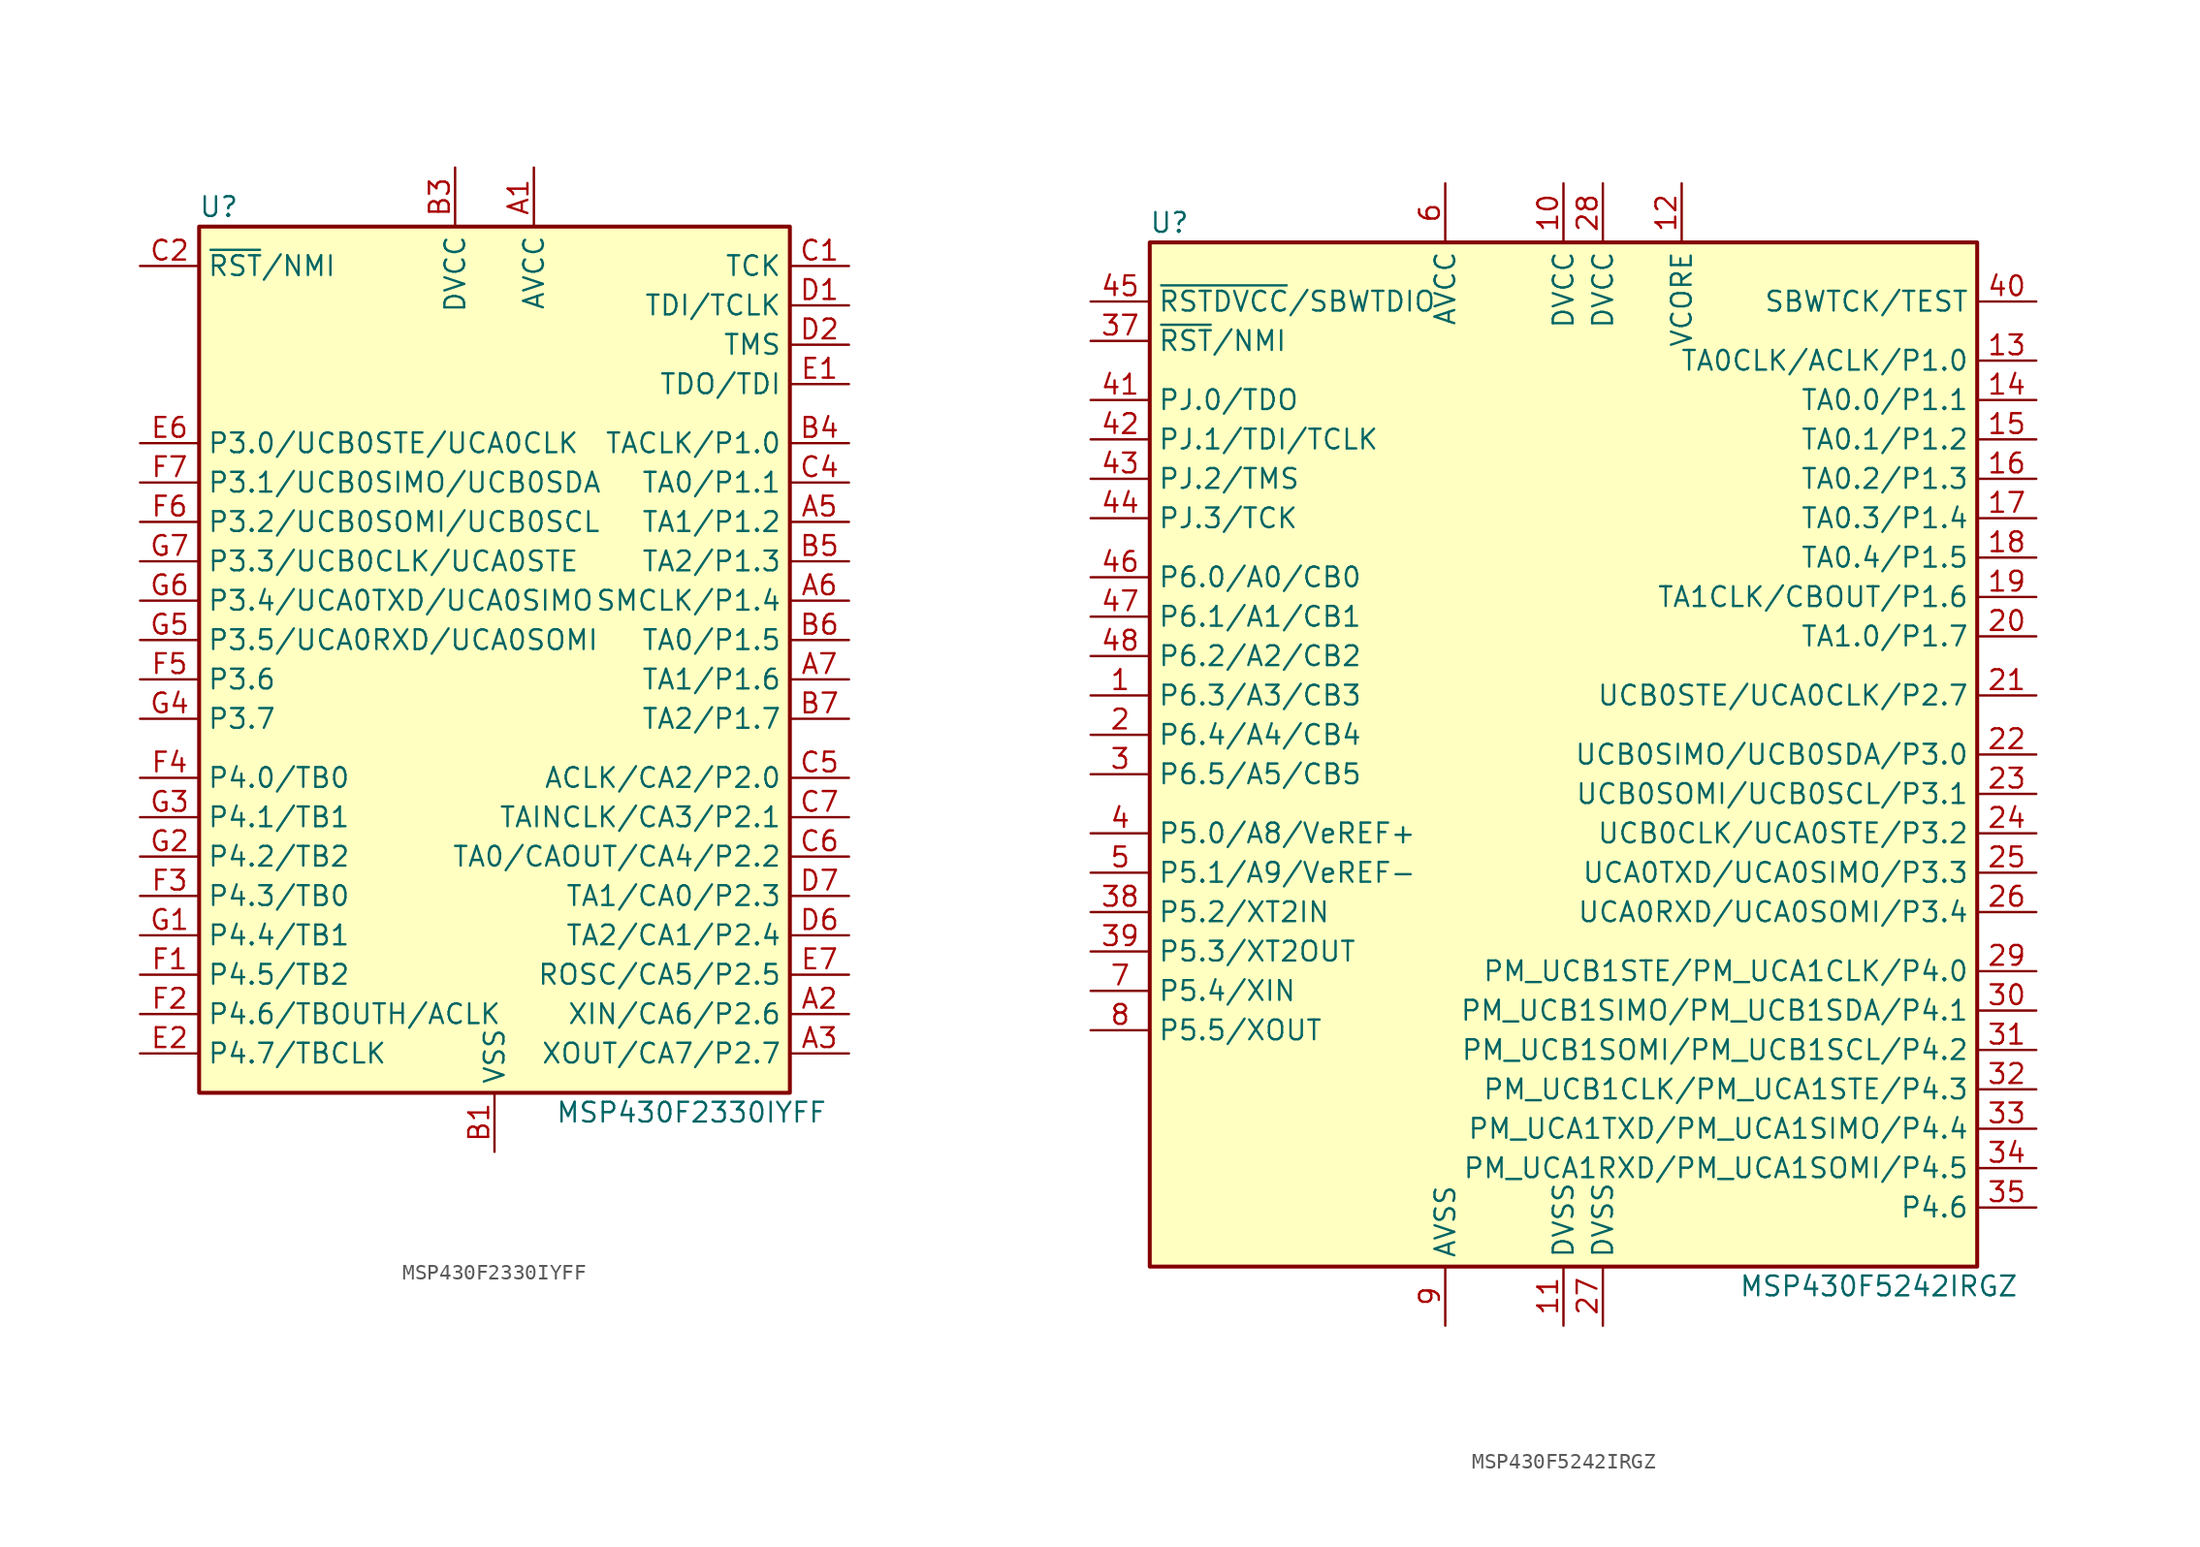
<source format=kicad_sym>
(kicad_symbol_lib
  (version 20201005)
  (generator kicad_symbol_editor)
  (symbol "MSP430F2330IYFF"
    (property "Reference" "U"
      (at -17.78 29.21 0)
      (effects (font (size 1.27 1.27))))
    (property "Value" "MSP430F2330IYFF"
      (at 12.7 -29.21 0)
      (effects (font (size 1.27 1.27))))
    (symbol "MSP430F2330IYFF_0_1"
      (rectangle (start -19.05 27.94) (end 19.05 -27.94) (stroke (width 0.254)) (fill (type background))))
    (symbol "MSP430F2330IYFF_1_1"
      (pin power_in line (at 2.54 31.75 270) (length 3.81) (name "AVCC" (effects (font (size 1.27 1.27)))) (number "A1" (effects (font (size 1.27 1.27)))))
      (pin bidirectional line (at 22.86 -22.86 180) (length 3.81) (name "XIN/CA6/P2.6" (effects (font (size 1.27 1.27)))) (number "A2" (effects (font (size 1.27 1.27)))))
      (pin bidirectional line (at 22.86 -25.4 180) (length 3.81) (name "XOUT/CA7/P2.7" (effects (font (size 1.27 1.27)))) (number "A3" (effects (font (size 1.27 1.27)))))
      (pin bidirectional line (at 22.86 8.89 180) (length 3.81) (name "TA1/P1.2" (effects (font (size 1.27 1.27)))) (number "A5" (effects (font (size 1.27 1.27)))))
      (pin bidirectional line (at 22.86 3.81 180) (length 3.81) (name "SMCLK/P1.4" (effects (font (size 1.27 1.27)))) (number "A6" (effects (font (size 1.27 1.27)))))
      (pin bidirectional line (at 22.86 -1.27 180) (length 3.81) (name "TA1/P1.6" (effects (font (size 1.27 1.27)))) (number "A7" (effects (font (size 1.27 1.27)))))
      (pin power_in line (at 0 -31.75 90) (length 3.81) (name "VSS" (effects (font (size 1.27 1.27)))) (number "B1" (effects (font (size 1.27 1.27)))))
      (pin power_in line (at -2.54 31.75 270) (length 3.81) (name "DVCC" (effects (font (size 1.27 1.27)))) (number "B3" (effects (font (size 1.27 1.27)))))
      (pin bidirectional line (at 22.86 13.97 180) (length 3.81) (name "TACLK/P1.0" (effects (font (size 1.27 1.27)))) (number "B4" (effects (font (size 1.27 1.27)))))
      (pin bidirectional line (at 22.86 6.35 180) (length 3.81) (name "TA2/P1.3" (effects (font (size 1.27 1.27)))) (number "B5" (effects (font (size 1.27 1.27)))))
      (pin bidirectional line (at 22.86 1.27 180) (length 3.81) (name "TA0/P1.5" (effects (font (size 1.27 1.27)))) (number "B6" (effects (font (size 1.27 1.27)))))
      (pin bidirectional line (at 22.86 -3.81 180) (length 3.81) (name "TA2/P1.7" (effects (font (size 1.27 1.27)))) (number "B7" (effects (font (size 1.27 1.27)))))
      (pin input line (at 22.86 25.4 180) (length 3.81) (name "TCK" (effects (font (size 1.27 1.27)))) (number "C1" (effects (font (size 1.27 1.27)))))
      (pin input line (at -22.86 25.4 0) (length 3.81) (name "~RST~/NMI" (effects (font (size 1.27 1.27)))) (number "C2" (effects (font (size 1.27 1.27)))))
      (pin bidirectional line (at 22.86 11.43 180) (length 3.81) (name "TA0/P1.1" (effects (font (size 1.27 1.27)))) (number "C4" (effects (font (size 1.27 1.27)))))
      (pin bidirectional line (at 22.86 -7.62 180) (length 3.81) (name "ACLK/CA2/P2.0" (effects (font (size 1.27 1.27)))) (number "C5" (effects (font (size 1.27 1.27)))))
      (pin bidirectional line (at 22.86 -12.7 180) (length 3.81) (name "TA0/CAOUT/CA4/P2.2" (effects (font (size 1.27 1.27)))) (number "C6" (effects (font (size 1.27 1.27)))))
      (pin bidirectional line (at 22.86 -10.16 180) (length 3.81) (name "TAINCLK/CA3/P2.1" (effects (font (size 1.27 1.27)))) (number "C7" (effects (font (size 1.27 1.27)))))
      (pin input line (at 22.86 22.86 180) (length 3.81) (name "TDI/TCLK" (effects (font (size 1.27 1.27)))) (number "D1" (effects (font (size 1.27 1.27)))))
      (pin input line (at 22.86 20.32 180) (length 3.81) (name "TMS" (effects (font (size 1.27 1.27)))) (number "D2" (effects (font (size 1.27 1.27)))))
      (pin bidirectional line (at 22.86 -17.78 180) (length 3.81) (name "TA2/CA1/P2.4" (effects (font (size 1.27 1.27)))) (number "D6" (effects (font (size 1.27 1.27)))))
      (pin bidirectional line (at 22.86 -15.24 180) (length 3.81) (name "TA1/CA0/P2.3" (effects (font (size 1.27 1.27)))) (number "D7" (effects (font (size 1.27 1.27)))))
      (pin bidirectional line (at 22.86 17.78 180) (length 3.81) (name "TDO/TDI" (effects (font (size 1.27 1.27)))) (number "E1" (effects (font (size 1.27 1.27)))))
      (pin bidirectional line (at -22.86 -25.4 0) (length 3.81) (name "P4.7/TBCLK" (effects (font (size 1.27 1.27)))) (number "E2" (effects (font (size 1.27 1.27)))))
      (pin bidirectional line (at -22.86 13.97 0) (length 3.81) (name "P3.0/UCB0STE/UCA0CLK" (effects (font (size 1.27 1.27)))) (number "E6" (effects (font (size 1.27 1.27)))))
      (pin bidirectional line (at 22.86 -20.32 180) (length 3.81) (name "ROSC/CA5/P2.5" (effects (font (size 1.27 1.27)))) (number "E7" (effects (font (size 1.27 1.27)))))
      (pin bidirectional line (at -22.86 -20.32 0) (length 3.81) (name "P4.5/TB2" (effects (font (size 1.27 1.27)))) (number "F1" (effects (font (size 1.27 1.27)))))
      (pin bidirectional line (at -22.86 -22.86 0) (length 3.81) (name "P4.6/TBOUTH/ACLK" (effects (font (size 1.27 1.27)))) (number "F2" (effects (font (size 1.27 1.27)))))
      (pin bidirectional line (at -22.86 -15.24 0) (length 3.81) (name "P4.3/TB0" (effects (font (size 1.27 1.27)))) (number "F3" (effects (font (size 1.27 1.27)))))
      (pin bidirectional line (at -22.86 -7.62 0) (length 3.81) (name "P4.0/TB0" (effects (font (size 1.27 1.27)))) (number "F4" (effects (font (size 1.27 1.27)))))
      (pin bidirectional line (at -22.86 -1.27 0) (length 3.81) (name "P3.6" (effects (font (size 1.27 1.27)))) (number "F5" (effects (font (size 1.27 1.27)))))
      (pin bidirectional line (at -22.86 8.89 0) (length 3.81) (name "P3.2/UCB0SOMI/UCB0SCL" (effects (font (size 1.27 1.27)))) (number "F6" (effects (font (size 1.27 1.27)))))
      (pin bidirectional line (at -22.86 11.43 0) (length 3.81) (name "P3.1/UCB0SIMO/UCB0SDA" (effects (font (size 1.27 1.27)))) (number "F7" (effects (font (size 1.27 1.27)))))
      (pin bidirectional line (at -22.86 -17.78 0) (length 3.81) (name "P4.4/TB1" (effects (font (size 1.27 1.27)))) (number "G1" (effects (font (size 1.27 1.27)))))
      (pin bidirectional line (at -22.86 -12.7 0) (length 3.81) (name "P4.2/TB2" (effects (font (size 1.27 1.27)))) (number "G2" (effects (font (size 1.27 1.27)))))
      (pin bidirectional line (at -22.86 -10.16 0) (length 3.81) (name "P4.1/TB1" (effects (font (size 1.27 1.27)))) (number "G3" (effects (font (size 1.27 1.27)))))
      (pin bidirectional line (at -22.86 -3.81 0) (length 3.81) (name "P3.7" (effects (font (size 1.27 1.27)))) (number "G4" (effects (font (size 1.27 1.27)))))
      (pin bidirectional line (at -22.86 1.27 0) (length 3.81) (name "P3.5/UCA0RXD/UCA0SOMI" (effects (font (size 1.27 1.27)))) (number "G5" (effects (font (size 1.27 1.27)))))
      (pin bidirectional line (at -22.86 3.81 0) (length 3.81) (name "P3.4/UCA0TXD/UCA0SIMO" (effects (font (size 1.27 1.27)))) (number "G6" (effects (font (size 1.27 1.27)))))
      (pin bidirectional line (at -22.86 6.35 0) (length 3.81) (name "P3.3/UCB0CLK/UCA0STE" (effects (font (size 1.27 1.27)))) (number "G7" (effects (font (size 1.27 1.27)))))))
  (symbol "MSP430F5242IRGZ"
    (property "Reference" "U"
      (at -25.4 35.56 0)
      (effects (font (size 1.27 1.27))))
    (property "Value" "MSP430F5242IRGZ"
      (at 20.32 -33.02 0)
      (effects (font (size 1.27 1.27))))
    (symbol "MSP430F5242IRGZ_0_1"
      (rectangle (start -26.67 34.29) (end 26.67 -31.75) (stroke (width 0.254)) (fill (type background))))
    (symbol "MSP430F5242IRGZ_1_1"
      (pin bidirectional line (at -30.48 5.08 0) (length 3.81) (name "P6.3/A3/CB3" (effects (font (size 1.27 1.27)))) (number "1" (effects (font (size 1.27 1.27)))))
      (pin power_in line (at 0 38.1 270) (length 3.81) (name "DVCC" (effects (font (size 1.27 1.27)))) (number "10" (effects (font (size 1.27 1.27)))))
      (pin power_in line (at 0 -35.56 90) (length 3.81) (name "DVSS" (effects (font (size 1.27 1.27)))) (number "11" (effects (font (size 1.27 1.27)))))
      (pin passive line (at 7.62 38.1 270) (length 3.81) (name "VCORE" (effects (font (size 1.27 1.27)))) (number "12" (effects (font (size 1.27 1.27)))))
      (pin bidirectional line (at 30.48 26.67 180) (length 3.81) (name "TA0CLK/ACLK/P1.0" (effects (font (size 1.27 1.27)))) (number "13" (effects (font (size 1.27 1.27)))))
      (pin bidirectional line (at 30.48 24.13 180) (length 3.81) (name "TA0.0/P1.1" (effects (font (size 1.27 1.27)))) (number "14" (effects (font (size 1.27 1.27)))))
      (pin bidirectional line (at 30.48 21.59 180) (length 3.81) (name "TA0.1/P1.2" (effects (font (size 1.27 1.27)))) (number "15" (effects (font (size 1.27 1.27)))))
      (pin bidirectional line (at 30.48 19.05 180) (length 3.81) (name "TA0.2/P1.3" (effects (font (size 1.27 1.27)))) (number "16" (effects (font (size 1.27 1.27)))))
      (pin bidirectional line (at 30.48 16.51 180) (length 3.81) (name "TA0.3/P1.4" (effects (font (size 1.27 1.27)))) (number "17" (effects (font (size 1.27 1.27)))))
      (pin bidirectional line (at 30.48 13.97 180) (length 3.81) (name "TA0.4/P1.5" (effects (font (size 1.27 1.27)))) (number "18" (effects (font (size 1.27 1.27)))))
      (pin bidirectional line (at 30.48 11.43 180) (length 3.81) (name "TA1CLK/CBOUT/P1.6" (effects (font (size 1.27 1.27)))) (number "19" (effects (font (size 1.27 1.27)))))
      (pin bidirectional line (at -30.48 2.54 0) (length 3.81) (name "P6.4/A4/CB4" (effects (font (size 1.27 1.27)))) (number "2" (effects (font (size 1.27 1.27)))))
      (pin bidirectional line (at 30.48 8.89 180) (length 3.81) (name "TA1.0/P1.7" (effects (font (size 1.27 1.27)))) (number "20" (effects (font (size 1.27 1.27)))))
      (pin bidirectional line (at 30.48 5.08 180) (length 3.81) (name "UCB0STE/UCA0CLK/P2.7" (effects (font (size 1.27 1.27)))) (number "21" (effects (font (size 1.27 1.27)))))
      (pin bidirectional line (at 30.48 1.27 180) (length 3.81) (name "UCB0SIMO/UCB0SDA/P3.0" (effects (font (size 1.27 1.27)))) (number "22" (effects (font (size 1.27 1.27)))))
      (pin bidirectional line (at 30.48 -1.27 180) (length 3.81) (name "UCB0SOMI/UCB0SCL/P3.1" (effects (font (size 1.27 1.27)))) (number "23" (effects (font (size 1.27 1.27)))))
      (pin bidirectional line (at 30.48 -3.81 180) (length 3.81) (name "UCB0CLK/UCA0STE/P3.2" (effects (font (size 1.27 1.27)))) (number "24" (effects (font (size 1.27 1.27)))))
      (pin bidirectional line (at 30.48 -6.35 180) (length 3.81) (name "UCA0TXD/UCA0SIMO/P3.3" (effects (font (size 1.27 1.27)))) (number "25" (effects (font (size 1.27 1.27)))))
      (pin bidirectional line (at 30.48 -8.89 180) (length 3.81) (name "UCA0RXD/UCA0SOMI/P3.4" (effects (font (size 1.27 1.27)))) (number "26" (effects (font (size 1.27 1.27)))))
      (pin power_in line (at 2.54 -35.56 90) (length 3.81) (name "DVSS" (effects (font (size 1.27 1.27)))) (number "27" (effects (font (size 1.27 1.27)))))
      (pin power_in line (at 2.54 38.1 270) (length 3.81) (name "DVCC" (effects (font (size 1.27 1.27)))) (number "28" (effects (font (size 1.27 1.27)))))
      (pin bidirectional line (at 30.48 -12.7 180) (length 3.81) (name "PM_UCB1STE/PM_UCA1CLK/P4.0" (effects (font (size 1.27 1.27)))) (number "29" (effects (font (size 1.27 1.27)))))
      (pin bidirectional line (at -30.48 0 0) (length 3.81) (name "P6.5/A5/CB5" (effects (font (size 1.27 1.27)))) (number "3" (effects (font (size 1.27 1.27)))))
      (pin bidirectional line (at 30.48 -15.24 180) (length 3.81) (name "PM_UCB1SIMO/PM_UCB1SDA/P4.1" (effects (font (size 1.27 1.27)))) (number "30" (effects (font (size 1.27 1.27)))))
      (pin bidirectional line (at 30.48 -17.78 180) (length 3.81) (name "PM_UCB1SOMI/PM_UCB1SCL/P4.2" (effects (font (size 1.27 1.27)))) (number "31" (effects (font (size 1.27 1.27)))))
      (pin bidirectional line (at 30.48 -20.32 180) (length 3.81) (name "PM_UCB1CLK/PM_UCA1STE/P4.3" (effects (font (size 1.27 1.27)))) (number "32" (effects (font (size 1.27 1.27)))))
      (pin bidirectional line (at 30.48 -22.86 180) (length 3.81) (name "PM_UCA1TXD/PM_UCA1SIMO/P4.4" (effects (font (size 1.27 1.27)))) (number "33" (effects (font (size 1.27 1.27)))))
      (pin bidirectional line (at 30.48 -25.4 180) (length 3.81) (name "PM_UCA1RXD/PM_UCA1SOMI/P4.5" (effects (font (size 1.27 1.27)))) (number "34" (effects (font (size 1.27 1.27)))))
      (pin bidirectional line (at 30.48 -27.94 180) (length 3.81) (name "P4.6" (effects (font (size 1.27 1.27)))) (number "35" (effects (font (size 1.27 1.27)))))
      (pin input line (at -30.48 27.94 0) (length 3.81) (name "~RST~/NMI" (effects (font (size 1.27 1.27)))) (number "37" (effects (font (size 1.27 1.27)))))
      (pin bidirectional line (at -30.48 -8.89 0) (length 3.81) (name "P5.2/XT2IN" (effects (font (size 1.27 1.27)))) (number "38" (effects (font (size 1.27 1.27)))))
      (pin bidirectional line (at -30.48 -11.43 0) (length 3.81) (name "P5.3/XT2OUT" (effects (font (size 1.27 1.27)))) (number "39" (effects (font (size 1.27 1.27)))))
      (pin bidirectional line (at -30.48 -3.81 0) (length 3.81) (name "P5.0/A8/VeREF+" (effects (font (size 1.27 1.27)))) (number "4" (effects (font (size 1.27 1.27)))))
      (pin input line (at 30.48 30.48 180) (length 3.81) (name "SBWTCK/TEST" (effects (font (size 1.27 1.27)))) (number "40" (effects (font (size 1.27 1.27)))))
      (pin bidirectional line (at -30.48 24.13 0) (length 3.81) (name "PJ.0/TDO" (effects (font (size 1.27 1.27)))) (number "41" (effects (font (size 1.27 1.27)))))
      (pin bidirectional line (at -30.48 21.59 0) (length 3.81) (name "PJ.1/TDI/TCLK" (effects (font (size 1.27 1.27)))) (number "42" (effects (font (size 1.27 1.27)))))
      (pin bidirectional line (at -30.48 19.05 0) (length 3.81) (name "PJ.2/TMS" (effects (font (size 1.27 1.27)))) (number "43" (effects (font (size 1.27 1.27)))))
      (pin bidirectional line (at -30.48 16.51 0) (length 3.81) (name "PJ.3/TCK" (effects (font (size 1.27 1.27)))) (number "44" (effects (font (size 1.27 1.27)))))
      (pin bidirectional line (at -30.48 30.48 0) (length 3.81) (name "~RSTDVCC~/SBWTDIO" (effects (font (size 1.27 1.27)))) (number "45" (effects (font (size 1.27 1.27)))))
      (pin bidirectional line (at -30.48 12.7 0) (length 3.81) (name "P6.0/A0/CB0" (effects (font (size 1.27 1.27)))) (number "46" (effects (font (size 1.27 1.27)))))
      (pin bidirectional line (at -30.48 10.16 0) (length 3.81) (name "P6.1/A1/CB1" (effects (font (size 1.27 1.27)))) (number "47" (effects (font (size 1.27 1.27)))))
      (pin bidirectional line (at -30.48 7.62 0) (length 3.81) (name "P6.2/A2/CB2" (effects (font (size 1.27 1.27)))) (number "48" (effects (font (size 1.27 1.27)))))
      (pin bidirectional line (at -30.48 -6.35 0) (length 3.81) (name "P5.1/A9/VeREF-" (effects (font (size 1.27 1.27)))) (number "5" (effects (font (size 1.27 1.27)))))
      (pin power_in line (at -7.62 38.1 270) (length 3.81) (name "AVCC" (effects (font (size 1.27 1.27)))) (number "6" (effects (font (size 1.27 1.27)))))
      (pin bidirectional line (at -30.48 -13.97 0) (length 3.81) (name "P5.4/XIN" (effects (font (size 1.27 1.27)))) (number "7" (effects (font (size 1.27 1.27)))))
      (pin bidirectional line (at -30.48 -16.51 0) (length 3.81) (name "P5.5/XOUT" (effects (font (size 1.27 1.27)))) (number "8" (effects (font (size 1.27 1.27)))))
      (pin power_in line (at -7.62 -35.56 90) (length 3.81) (name "AVSS" (effects (font (size 1.27 1.27)))) (number "9" (effects (font (size 1.27 1.27))))))))
</source>
